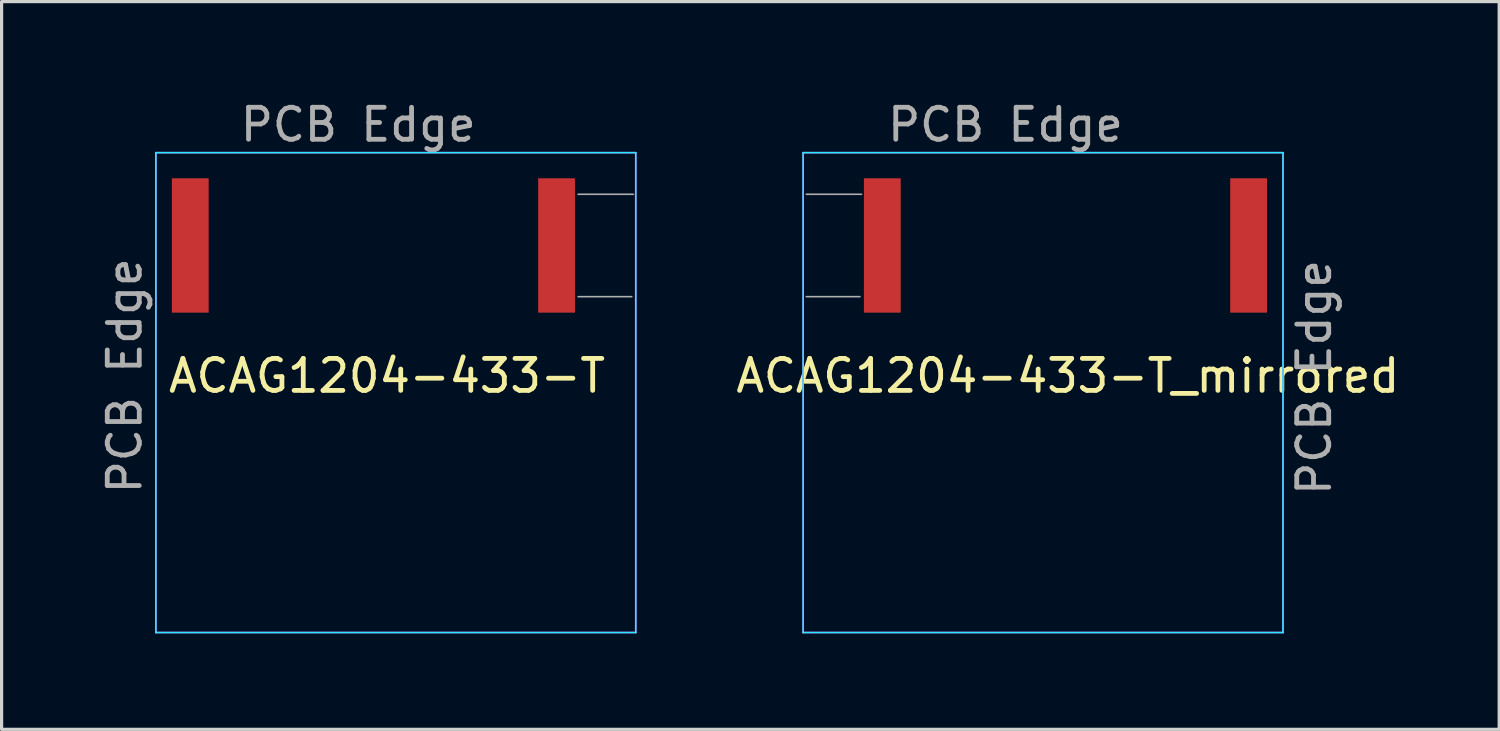
<source format=kicad_pcb>
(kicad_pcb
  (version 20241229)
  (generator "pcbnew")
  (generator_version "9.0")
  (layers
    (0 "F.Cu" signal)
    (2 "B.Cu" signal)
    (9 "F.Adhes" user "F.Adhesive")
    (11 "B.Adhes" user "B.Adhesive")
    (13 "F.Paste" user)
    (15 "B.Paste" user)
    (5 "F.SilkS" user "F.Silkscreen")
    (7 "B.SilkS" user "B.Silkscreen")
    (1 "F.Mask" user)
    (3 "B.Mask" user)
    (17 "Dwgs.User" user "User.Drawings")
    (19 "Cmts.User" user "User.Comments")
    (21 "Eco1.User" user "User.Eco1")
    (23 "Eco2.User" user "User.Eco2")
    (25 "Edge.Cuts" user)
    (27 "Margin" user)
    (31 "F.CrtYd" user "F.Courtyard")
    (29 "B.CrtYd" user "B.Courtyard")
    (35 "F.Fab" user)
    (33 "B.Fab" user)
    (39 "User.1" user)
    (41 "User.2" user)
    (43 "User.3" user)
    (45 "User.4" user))
  (footprint "ACAG1204-433-T_mirrored"
    (layer "F.Cu")
    (at 37.055 1.723)
    (property "Reference" "ACAG1204-433-T_mirrored" (at -6.725 6.975 0) (layer "F.SilkS") (effects (font (size 1 1) (thickness 0.15))))
    (attr through_hole)
    (fp_line (start -15 0) (end 0 0) (stroke (width 0.05) (type solid)) (layer "B.CrtYd"))
    (fp_line (start -15 15) (end -15 0) (stroke (width 0.05) (type solid)) (layer "B.CrtYd"))
    (fp_line (start 0 0) (end 0 15) (stroke (width 0.05) (type solid)) (layer "B.CrtYd"))
    (fp_line (start 0 15) (end -15 15) (stroke (width 0.05) (type solid)) (layer "B.CrtYd"))
    (fp_line (start -15 0) (end -15 15) (stroke (width 0.05) (type solid)) (layer "F.CrtYd"))
    (fp_line (start -15 15) (end 0 15) (stroke (width 0.05) (type solid)) (layer "F.CrtYd"))
    (fp_line (start 0 0) (end -15 0) (stroke (width 0.05) (type solid)) (layer "F.CrtYd"))
    (fp_line (start 0 15) (end 0 0) (stroke (width 0.05) (type solid)) (layer "F.CrtYd"))
    (fp_line (start -14.9 1.3) (end -13.175 1.3) (stroke (width 0.05) (type solid)) (layer "F.Fab"))
    (fp_line (start -14.9 4.5) (end -13.225 4.5) (stroke (width 0.05) (type solid)) (layer "F.Fab"))
    (fp_text user "PCB Edge" (at -8.675 -0.875 0) (layer "F.Fab") (effects (font (size 1 1) (thickness 0.15))))
    (fp_text user "PCB Edge" (at 0.975 7.025 270) (layer "F.Fab") (effects (font (size 1 1) (thickness 0.15))))
    (pad "1" smd rect (at -11.95 0.8) (size 1.15 4.2) (drill (offset -0.575 2.1)) (layers "F.Cu" "F.Mask" "F.Paste"))
    (pad "2" smd rect (at -0.5 0.8) (size 1.15 4.2) (drill (offset -0.575 2.1)) (layers "F.Cu" "F.Mask" "F.Paste")))
  (footprint "ACAG1204-433-T"
    (layer "F.Cu")
    (at 1.823 1.723)
    (property "Reference" "ACAG1204-433-T" (at 7.225 6.975 0) (layer "F.SilkS") (effects (font (size 1 1) (thickness 0.15))))
    (attr through_hole)
    (fp_line (start 0 0) (end 15 0) (stroke (width 0.05) (type solid)) (layer "B.CrtYd"))
    (fp_line (start 0 15) (end 0 0) (stroke (width 0.05) (type solid)) (layer "B.CrtYd"))
    (fp_line (start 15 0) (end 15 15) (stroke (width 0.05) (type solid)) (layer "B.CrtYd"))
    (fp_line (start 15 15) (end 0 15) (stroke (width 0.05) (type solid)) (layer "B.CrtYd"))
    (fp_line (start 0 0) (end 0 15) (stroke (width 0.05) (type solid)) (layer "F.CrtYd"))
    (fp_line (start 0 15) (end 15 15) (stroke (width 0.05) (type solid)) (layer "F.CrtYd"))
    (fp_line (start 15 0) (end 0 0) (stroke (width 0.05) (type solid)) (layer "F.CrtYd"))
    (fp_line (start 15 15) (end 15 0) (stroke (width 0.05) (type solid)) (layer "F.CrtYd"))
    (fp_line (start 13.2 1.3) (end 14.925 1.3) (stroke (width 0.05) (type solid)) (layer "F.Fab"))
    (fp_line (start 13.2 4.5) (end 14.875 4.5) (stroke (width 0.05) (type solid)) (layer "F.Fab"))
    (fp_text user "PCB Edge" (at -0.975 6.975 90) (layer "F.Fab") (effects (font (size 1 1) (thickness 0.15))))
    (fp_text user "PCB Edge" (at 6.325 -0.875 0) (layer "F.Fab") (effects (font (size 1 1) (thickness 0.15))))
    (pad "1" smd rect (at 12.525 2.9) (size 1.15 4.2) (layers "F.Cu" "F.Mask" "F.Paste"))
    (pad "2" smd rect (at 1.075 2.9) (size 1.15 4.2) (layers "F.Cu" "F.Mask" "F.Paste")))
  (gr_rect
    (start -3 -3)
    (end 43.813 19.748)
    (stroke (width 0.1) (type default))
    (fill no)
    (layer "Edge.Cuts")))
</source>
